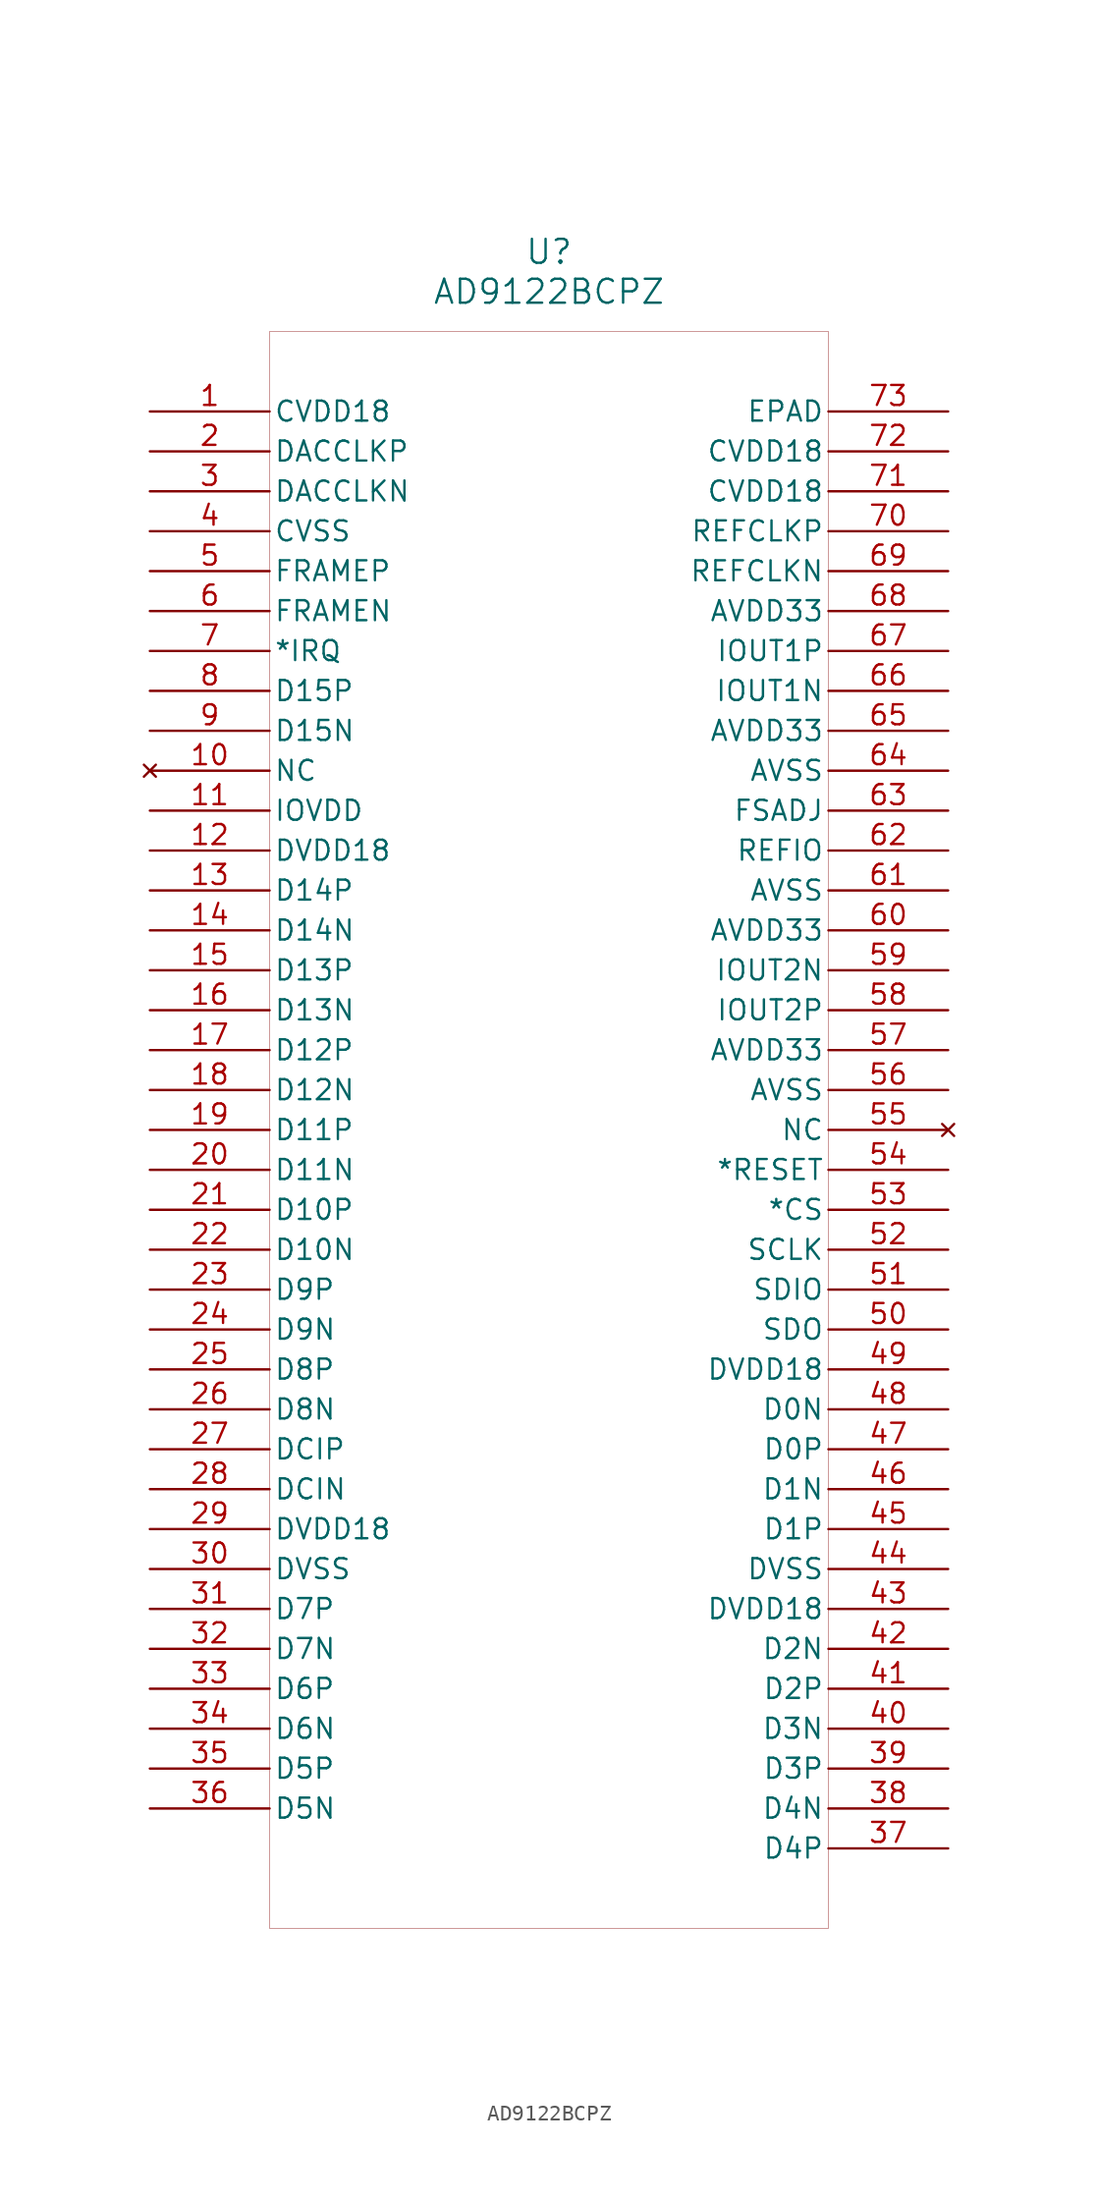
<source format=kicad_sym>
(kicad_symbol_lib
  (version 20241209)
  (generator "kicad_symbol_editor")
  (generator_version "9.0")
  (symbol "AD9122BCPZ"
    (pin_names
      (offset 0.254))
    (property "Reference" "U"
      (at 26.67 5.08 0)
      (effects (font (size 1.524 1.524))))
    (property "Value" "AD9122BCPZ"
      (at 26.67 2.54 0)
      (effects (font (size 1.524 1.524))))
    (property "ki_locked" ""
      (at 0 0 0)
      (effects (font (size 1.27 1.27))))
    (symbol "AD9122BCPZ_0_1"
      (polyline (pts (xy 8.89 0) (xy 8.89 -101.6)) (stroke (width 0.025) (type default)) (fill (type none)))
      (polyline (pts (xy 8.89 -101.6) (xy 44.45 -101.6)) (stroke (width 0.025) (type default)) (fill (type none)))
      (polyline (pts (xy 44.45 0) (xy 8.89 0)) (stroke (width 0.025) (type default)) (fill (type none)))
      (polyline (pts (xy 44.45 -101.6) (xy 44.45 0)) (stroke (width 0.025) (type default)) (fill (type none)))
      (pin power_in line (at 1.27 -5.08 0) (length 7.62) (name "CVDD18" (effects (font (size 1.27 1.27)))) (number "1" (effects (font (size 1.27 1.27)))))
      (pin input line (at 1.27 -7.62 0) (length 7.62) (name "DACCLKP" (effects (font (size 1.27 1.27)))) (number "2" (effects (font (size 1.27 1.27)))))
      (pin input line (at 1.27 -10.16 0) (length 7.62) (name "DACCLKN" (effects (font (size 1.27 1.27)))) (number "3" (effects (font (size 1.27 1.27)))))
      (pin power_in line (at 1.27 -12.7 0) (length 7.62) (name "CVSS" (effects (font (size 1.27 1.27)))) (number "4" (effects (font (size 1.27 1.27)))))
      (pin input line (at 1.27 -15.24 0) (length 7.62) (name "FRAMEP" (effects (font (size 1.27 1.27)))) (number "5" (effects (font (size 1.27 1.27)))))
      (pin input line (at 1.27 -17.78 0) (length 7.62) (name "FRAMEN" (effects (font (size 1.27 1.27)))) (number "6" (effects (font (size 1.27 1.27)))))
      (pin output line (at 1.27 -20.32 0) (length 7.62) (name "*IRQ" (effects (font (size 1.27 1.27)))) (number "7" (effects (font (size 1.27 1.27)))))
      (pin unspecified line (at 1.27 -22.86 0) (length 7.62) (name "D15P" (effects (font (size 1.27 1.27)))) (number "8" (effects (font (size 1.27 1.27)))))
      (pin unspecified line (at 1.27 -25.4 0) (length 7.62) (name "D15N" (effects (font (size 1.27 1.27)))) (number "9" (effects (font (size 1.27 1.27)))))
      (pin no_connect line (at 1.27 -27.94 0) (length 7.62) (name "NC" (effects (font (size 1.27 1.27)))) (number "10" (effects (font (size 1.27 1.27)))))
      (pin power_in line (at 1.27 -30.48 0) (length 7.62) (name "IOVDD" (effects (font (size 1.27 1.27)))) (number "11" (effects (font (size 1.27 1.27)))))
      (pin power_in line (at 1.27 -33.02 0) (length 7.62) (name "DVDD18" (effects (font (size 1.27 1.27)))) (number "12" (effects (font (size 1.27 1.27)))))
      (pin unspecified line (at 1.27 -35.56 0) (length 7.62) (name "D14P" (effects (font (size 1.27 1.27)))) (number "13" (effects (font (size 1.27 1.27)))))
      (pin unspecified line (at 1.27 -38.1 0) (length 7.62) (name "D14N" (effects (font (size 1.27 1.27)))) (number "14" (effects (font (size 1.27 1.27)))))
      (pin unspecified line (at 1.27 -40.64 0) (length 7.62) (name "D13P" (effects (font (size 1.27 1.27)))) (number "15" (effects (font (size 1.27 1.27)))))
      (pin unspecified line (at 1.27 -43.18 0) (length 7.62) (name "D13N" (effects (font (size 1.27 1.27)))) (number "16" (effects (font (size 1.27 1.27)))))
      (pin unspecified line (at 1.27 -45.72 0) (length 7.62) (name "D12P" (effects (font (size 1.27 1.27)))) (number "17" (effects (font (size 1.27 1.27)))))
      (pin unspecified line (at 1.27 -48.26 0) (length 7.62) (name "D12N" (effects (font (size 1.27 1.27)))) (number "18" (effects (font (size 1.27 1.27)))))
      (pin unspecified line (at 1.27 -50.8 0) (length 7.62) (name "D11P" (effects (font (size 1.27 1.27)))) (number "19" (effects (font (size 1.27 1.27)))))
      (pin unspecified line (at 1.27 -53.34 0) (length 7.62) (name "D11N" (effects (font (size 1.27 1.27)))) (number "20" (effects (font (size 1.27 1.27)))))
      (pin unspecified line (at 1.27 -55.88 0) (length 7.62) (name "D10P" (effects (font (size 1.27 1.27)))) (number "21" (effects (font (size 1.27 1.27)))))
      (pin unspecified line (at 1.27 -58.42 0) (length 7.62) (name "D10N" (effects (font (size 1.27 1.27)))) (number "22" (effects (font (size 1.27 1.27)))))
      (pin unspecified line (at 1.27 -60.96 0) (length 7.62) (name "D9P" (effects (font (size 1.27 1.27)))) (number "23" (effects (font (size 1.27 1.27)))))
      (pin unspecified line (at 1.27 -63.5 0) (length 7.62) (name "D9N" (effects (font (size 1.27 1.27)))) (number "24" (effects (font (size 1.27 1.27)))))
      (pin unspecified line (at 1.27 -66.04 0) (length 7.62) (name "D8P" (effects (font (size 1.27 1.27)))) (number "25" (effects (font (size 1.27 1.27)))))
      (pin unspecified line (at 1.27 -68.58 0) (length 7.62) (name "D8N" (effects (font (size 1.27 1.27)))) (number "26" (effects (font (size 1.27 1.27)))))
      (pin input line (at 1.27 -71.12 0) (length 7.62) (name "DCIP" (effects (font (size 1.27 1.27)))) (number "27" (effects (font (size 1.27 1.27)))))
      (pin input line (at 1.27 -73.66 0) (length 7.62) (name "DCIN" (effects (font (size 1.27 1.27)))) (number "28" (effects (font (size 1.27 1.27)))))
      (pin power_in line (at 1.27 -76.2 0) (length 7.62) (name "DVDD18" (effects (font (size 1.27 1.27)))) (number "29" (effects (font (size 1.27 1.27)))))
      (pin power_in line (at 1.27 -78.74 0) (length 7.62) (name "DVSS" (effects (font (size 1.27 1.27)))) (number "30" (effects (font (size 1.27 1.27)))))
      (pin unspecified line (at 1.27 -81.28 0) (length 7.62) (name "D7P" (effects (font (size 1.27 1.27)))) (number "31" (effects (font (size 1.27 1.27)))))
      (pin unspecified line (at 1.27 -83.82 0) (length 7.62) (name "D7N" (effects (font (size 1.27 1.27)))) (number "32" (effects (font (size 1.27 1.27)))))
      (pin unspecified line (at 1.27 -86.36 0) (length 7.62) (name "D6P" (effects (font (size 1.27 1.27)))) (number "33" (effects (font (size 1.27 1.27)))))
      (pin unspecified line (at 1.27 -88.9 0) (length 7.62) (name "D6N" (effects (font (size 1.27 1.27)))) (number "34" (effects (font (size 1.27 1.27)))))
      (pin unspecified line (at 1.27 -91.44 0) (length 7.62) (name "D5P" (effects (font (size 1.27 1.27)))) (number "35" (effects (font (size 1.27 1.27)))))
      (pin unspecified line (at 1.27 -93.98 0) (length 7.62) (name "D5N" (effects (font (size 1.27 1.27)))) (number "36" (effects (font (size 1.27 1.27)))))
      (pin power_out line (at 52.07 -5.08 180) (length 7.62) (name "EPAD" (effects (font (size 1.27 1.27)))) (number "73" (effects (font (size 1.27 1.27)))))
      (pin power_in line (at 52.07 -7.62 180) (length 7.62) (name "CVDD18" (effects (font (size 1.27 1.27)))) (number "72" (effects (font (size 1.27 1.27)))))
      (pin power_in line (at 52.07 -10.16 180) (length 7.62) (name "CVDD18" (effects (font (size 1.27 1.27)))) (number "71" (effects (font (size 1.27 1.27)))))
      (pin input line (at 52.07 -12.7 180) (length 7.62) (name "REFCLKP" (effects (font (size 1.27 1.27)))) (number "70" (effects (font (size 1.27 1.27)))))
      (pin input line (at 52.07 -15.24 180) (length 7.62) (name "REFCLKN" (effects (font (size 1.27 1.27)))) (number "69" (effects (font (size 1.27 1.27)))))
      (pin power_in line (at 52.07 -17.78 180) (length 7.62) (name "AVDD33" (effects (font (size 1.27 1.27)))) (number "68" (effects (font (size 1.27 1.27)))))
      (pin output line (at 52.07 -20.32 180) (length 7.62) (name "IOUT1P" (effects (font (size 1.27 1.27)))) (number "67" (effects (font (size 1.27 1.27)))))
      (pin output line (at 52.07 -22.86 180) (length 7.62) (name "IOUT1N" (effects (font (size 1.27 1.27)))) (number "66" (effects (font (size 1.27 1.27)))))
      (pin power_in line (at 52.07 -25.4 180) (length 7.62) (name "AVDD33" (effects (font (size 1.27 1.27)))) (number "65" (effects (font (size 1.27 1.27)))))
      (pin power_in line (at 52.07 -27.94 180) (length 7.62) (name "AVSS" (effects (font (size 1.27 1.27)))) (number "64" (effects (font (size 1.27 1.27)))))
      (pin unspecified line (at 52.07 -30.48 180) (length 7.62) (name "FSADJ" (effects (font (size 1.27 1.27)))) (number "63" (effects (font (size 1.27 1.27)))))
      (pin power_in line (at 52.07 -33.02 180) (length 7.62) (name "REFIO" (effects (font (size 1.27 1.27)))) (number "62" (effects (font (size 1.27 1.27)))))
      (pin power_in line (at 52.07 -35.56 180) (length 7.62) (name "AVSS" (effects (font (size 1.27 1.27)))) (number "61" (effects (font (size 1.27 1.27)))))
      (pin power_in line (at 52.07 -38.1 180) (length 7.62) (name "AVDD33" (effects (font (size 1.27 1.27)))) (number "60" (effects (font (size 1.27 1.27)))))
      (pin output line (at 52.07 -40.64 180) (length 7.62) (name "IOUT2N" (effects (font (size 1.27 1.27)))) (number "59" (effects (font (size 1.27 1.27)))))
      (pin output line (at 52.07 -43.18 180) (length 7.62) (name "IOUT2P" (effects (font (size 1.27 1.27)))) (number "58" (effects (font (size 1.27 1.27)))))
      (pin power_in line (at 52.07 -45.72 180) (length 7.62) (name "AVDD33" (effects (font (size 1.27 1.27)))) (number "57" (effects (font (size 1.27 1.27)))))
      (pin power_in line (at 52.07 -48.26 180) (length 7.62) (name "AVSS" (effects (font (size 1.27 1.27)))) (number "56" (effects (font (size 1.27 1.27)))))
      (pin no_connect line (at 52.07 -50.8 180) (length 7.62) (name "NC" (effects (font (size 1.27 1.27)))) (number "55" (effects (font (size 1.27 1.27)))))
      (pin unspecified line (at 52.07 -53.34 180) (length 7.62) (name "*RESET" (effects (font (size 1.27 1.27)))) (number "54" (effects (font (size 1.27 1.27)))))
      (pin unspecified line (at 52.07 -55.88 180) (length 7.62) (name "*CS" (effects (font (size 1.27 1.27)))) (number "53" (effects (font (size 1.27 1.27)))))
      (pin input line (at 52.07 -58.42 180) (length 7.62) (name "SCLK" (effects (font (size 1.27 1.27)))) (number "52" (effects (font (size 1.27 1.27)))))
      (pin bidirectional line (at 52.07 -60.96 180) (length 7.62) (name "SDIO" (effects (font (size 1.27 1.27)))) (number "51" (effects (font (size 1.27 1.27)))))
      (pin output line (at 52.07 -63.5 180) (length 7.62) (name "SDO" (effects (font (size 1.27 1.27)))) (number "50" (effects (font (size 1.27 1.27)))))
      (pin power_in line (at 52.07 -66.04 180) (length 7.62) (name "DVDD18" (effects (font (size 1.27 1.27)))) (number "49" (effects (font (size 1.27 1.27)))))
      (pin unspecified line (at 52.07 -68.58 180) (length 7.62) (name "D0N" (effects (font (size 1.27 1.27)))) (number "48" (effects (font (size 1.27 1.27)))))
      (pin unspecified line (at 52.07 -71.12 180) (length 7.62) (name "D0P" (effects (font (size 1.27 1.27)))) (number "47" (effects (font (size 1.27 1.27)))))
      (pin unspecified line (at 52.07 -73.66 180) (length 7.62) (name "D1N" (effects (font (size 1.27 1.27)))) (number "46" (effects (font (size 1.27 1.27)))))
      (pin unspecified line (at 52.07 -76.2 180) (length 7.62) (name "D1P" (effects (font (size 1.27 1.27)))) (number "45" (effects (font (size 1.27 1.27)))))
      (pin power_in line (at 52.07 -78.74 180) (length 7.62) (name "DVSS" (effects (font (size 1.27 1.27)))) (number "44" (effects (font (size 1.27 1.27)))))
      (pin power_in line (at 52.07 -81.28 180) (length 7.62) (name "DVDD18" (effects (font (size 1.27 1.27)))) (number "43" (effects (font (size 1.27 1.27)))))
      (pin unspecified line (at 52.07 -83.82 180) (length 7.62) (name "D2N" (effects (font (size 1.27 1.27)))) (number "42" (effects (font (size 1.27 1.27)))))
      (pin unspecified line (at 52.07 -86.36 180) (length 7.62) (name "D2P" (effects (font (size 1.27 1.27)))) (number "41" (effects (font (size 1.27 1.27)))))
      (pin unspecified line (at 52.07 -88.9 180) (length 7.62) (name "D3N" (effects (font (size 1.27 1.27)))) (number "40" (effects (font (size 1.27 1.27)))))
      (pin unspecified line (at 52.07 -91.44 180) (length 7.62) (name "D3P" (effects (font (size 1.27 1.27)))) (number "39" (effects (font (size 1.27 1.27)))))
      (pin unspecified line (at 52.07 -93.98 180) (length 7.62) (name "D4N" (effects (font (size 1.27 1.27)))) (number "38" (effects (font (size 1.27 1.27)))))
      (pin unspecified line (at 52.07 -96.52 180) (length 7.62) (name "D4P" (effects (font (size 1.27 1.27)))) (number "37" (effects (font (size 1.27 1.27))))))))
</source>
